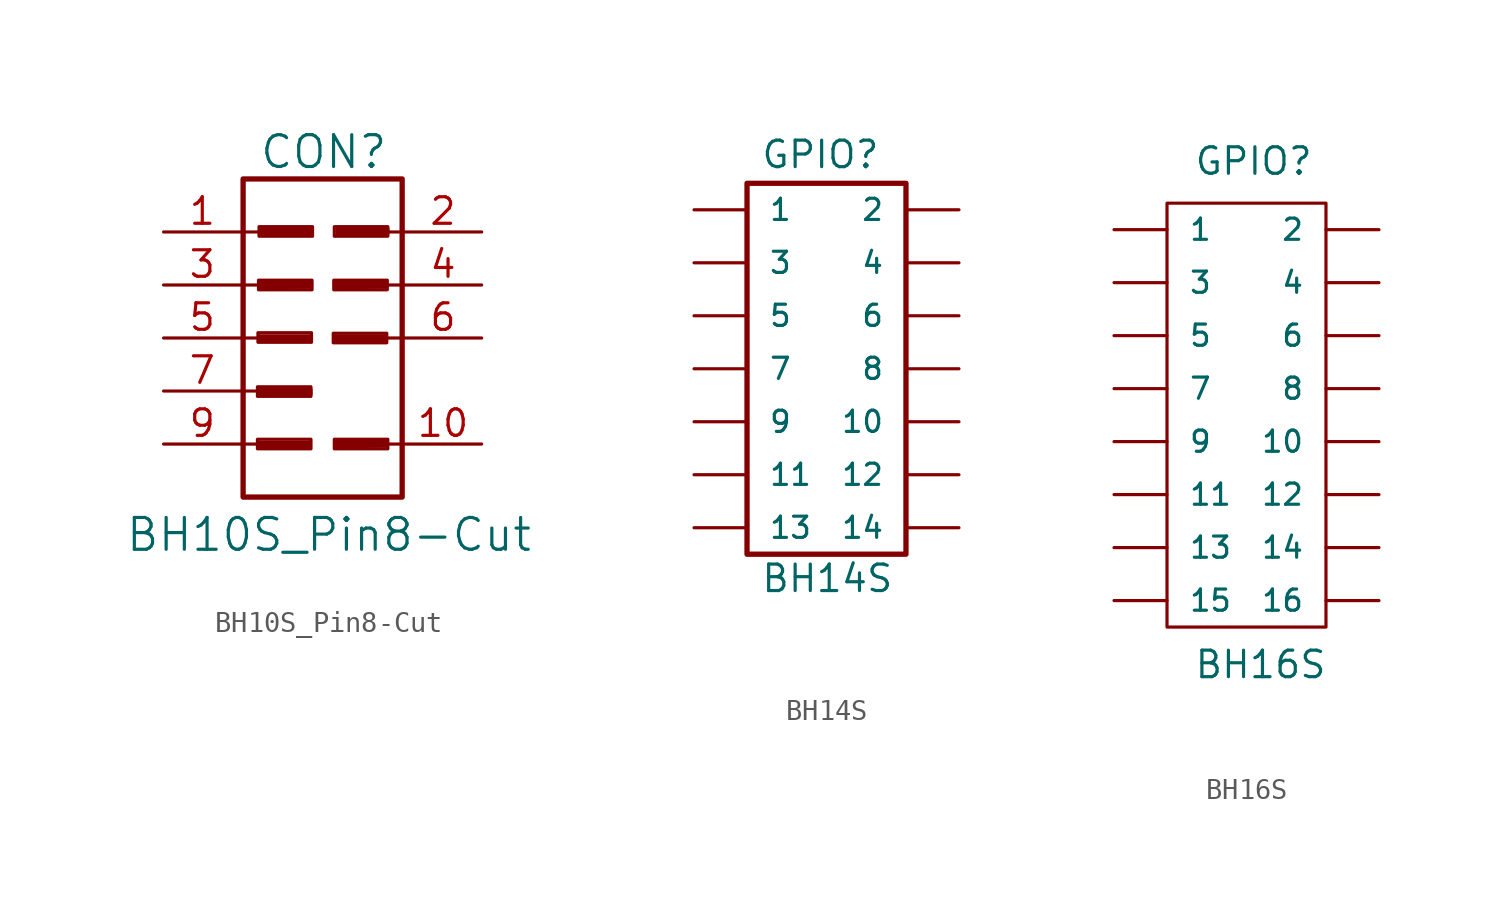
<source format=kicad_sym>
(kicad_symbol_lib
  (version 20220914)
  (generator kicad_symbol_editor)
  (symbol "BH10S_Pin8-Cut"
    (pin_names
      (offset 1.016) hide)
    (property "Reference" "CON"
      (at 0.051 8.915 0)
      (effects (font (size 1.524 1.524))))
    (property "Value" "BH10S_Pin8-Cut"
      (at 0.305 -9.423 0)
      (effects (font (size 1.524 1.524))))
    (property "Datasheet" ""
      (at -0.203 -1.194 0)
      (effects (font (size 1.524 1.524))))
    (symbol "BH10S_Pin8-Cut_0_0"
      (rectangle (start -3.124 -4.851) (end -0.559 -5.309) (stroke (width 0) (type solid)) (fill (type none)))
      (rectangle (start -3.124 -2.337) (end -0.559 -2.794) (stroke (width 0) (type solid)) (fill (type none)))
      (rectangle (start -3.099 0.254) (end -0.533 -0.203) (stroke (width 0) (type solid)) (fill (type none)))
      (rectangle (start -3.073 2.769) (end -0.508 2.311) (stroke (width 0) (type solid)) (fill (type none)))
      (rectangle (start -3.048 5.334) (end -0.483 4.877) (stroke (width 0) (type solid)) (fill (type none)))
      (polyline (pts (xy -3.023 -5.004) (xy -0.584 -5.004) (xy -0.584 -5.232) (xy -2.997 -5.258) (xy -3.023 -5.08) (xy -0.711 -5.08) (xy -0.711 -5.156) (xy -2.997 -5.105)) (stroke (width 0) (type solid)) (fill (type none)))
      (polyline (pts (xy -3.023 0.102) (xy -0.584 0.102) (xy -0.584 -0.127) (xy -2.997 -0.152) (xy -3.023 0.025) (xy -0.711 0.025) (xy -0.711 -0.051) (xy -2.997 0)) (stroke (width 0) (type solid)) (fill (type none)))
      (polyline (pts (xy -2.997 -2.464) (xy -0.559 -2.464) (xy -0.559 -2.692) (xy -2.972 -2.718) (xy -2.997 -2.54) (xy -0.686 -2.54) (xy -0.686 -2.616) (xy -2.972 -2.565)) (stroke (width 0) (type solid)) (fill (type none)))
      (polyline (pts (xy -2.972 2.667) (xy -0.533 2.667) (xy -0.533 2.438) (xy -2.946 2.413) (xy -2.972 2.591) (xy -0.66 2.591) (xy -0.66 2.515) (xy -2.946 2.565)) (stroke (width 0) (type solid)) (fill (type none)))
      (polyline (pts (xy -2.946 5.232) (xy -0.508 5.232) (xy -0.508 5.004) (xy -2.921 4.978) (xy -2.946 5.156) (xy -0.635 5.156) (xy -0.635 5.08) (xy -2.921 5.131)) (stroke (width 0) (type solid)) (fill (type none)))
      (polyline (pts (xy 0.559 0.102) (xy 2.997 0.102) (xy 2.997 -0.127) (xy 0.584 -0.152) (xy 0.559 0.025) (xy 2.87 0.025) (xy 2.87 -0.051) (xy 0.584 0)) (stroke (width 0) (type solid)) (fill (type none)))
      (polyline (pts (xy 0.584 2.667) (xy 3.023 2.667) (xy 3.023 2.438) (xy 0.61 2.413) (xy 0.584 2.591) (xy 2.896 2.591) (xy 2.896 2.515) (xy 0.61 2.565)) (stroke (width 0) (type solid)) (fill (type none)))
      (polyline (pts (xy 0.635 -4.953) (xy 3.073 -4.953) (xy 3.073 -5.182) (xy 0.66 -5.207) (xy 0.635 -5.029) (xy 2.946 -5.029) (xy 2.946 -5.105) (xy 0.66 -5.055)) (stroke (width 0) (type solid)) (fill (type none)))
      (polyline (pts (xy 0.686 5.232) (xy 3.124 5.232) (xy 3.124 5.004) (xy 0.711 4.978) (xy 0.686 5.156) (xy 2.997 5.156) (xy 2.997 5.08) (xy 0.711 5.131)) (stroke (width 0) (type solid)) (fill (type none)))
      (rectangle (start 0.508 0.229) (end 3.073 -0.229) (stroke (width 0) (type solid)) (fill (type none)))
      (rectangle (start 0.533 2.769) (end 3.099 2.311) (stroke (width 0) (type solid)) (fill (type none)))
      (rectangle (start 0.559 -4.851) (end 3.124 -5.309) (stroke (width 0) (type solid)) (fill (type none)))
      (rectangle (start 0.559 5.334) (end 3.124 4.877) (stroke (width 0) (type solid)) (fill (type none))))
    (symbol "BH10S_Pin8-Cut_0_1"
      (rectangle (start -3.81 7.62) (end 3.81 -7.62) (stroke (width 0.254) (type solid)) (fill (type none)))
      (polyline (pts (xy -3.81 -5.08) (xy -3.048 -5.08)) (stroke (width 0) (type solid)) (fill (type none)))
      (polyline (pts (xy -3.81 -2.54) (xy -3.048 -2.54)) (stroke (width 0) (type solid)) (fill (type none)))
      (polyline (pts (xy -3.81 0) (xy -3.048 0)) (stroke (width 0) (type solid)) (fill (type none)))
      (polyline (pts (xy -3.81 2.54) (xy -3.048 2.54)) (stroke (width 0) (type solid)) (fill (type none)))
      (polyline (pts (xy -3.81 5.08) (xy -3.048 5.08)) (stroke (width 0) (type solid)) (fill (type none)))
      (polyline (pts (xy 3.81 -5.08) (xy 3.048 -5.08)) (stroke (width 0) (type solid)) (fill (type none)))
      (polyline (pts (xy 3.81 0) (xy 3.048 0)) (stroke (width 0) (type solid)) (fill (type none)))
      (polyline (pts (xy 3.81 2.54) (xy 3.048 2.54)) (stroke (width 0) (type solid)) (fill (type none)))
      (polyline (pts (xy 3.81 5.08) (xy 3.048 5.08)) (stroke (width 0) (type solid)) (fill (type none))))
    (symbol "BH10S_Pin8-Cut_1_1"
      (pin passive line (at -7.62 5.08 0) (length 3.708) (name "1" (effects (font (size 1.27 1.27)))) (number "1" (effects (font (size 1.27 1.27)))))
      (pin passive line (at 7.62 -5.08 180) (length 3.708) (name "10" (effects (font (size 1.27 1.27)))) (number "10" (effects (font (size 1.27 1.27)))))
      (pin passive line (at 7.62 5.08 180) (length 3.708) (name "2" (effects (font (size 1.27 1.27)))) (number "2" (effects (font (size 1.27 1.27)))))
      (pin passive line (at -7.62 2.54 0) (length 3.708) (name "3" (effects (font (size 1.27 1.27)))) (number "3" (effects (font (size 1.27 1.27)))))
      (pin passive line (at 7.62 2.54 180) (length 3.708) (name "4" (effects (font (size 1.27 1.27)))) (number "4" (effects (font (size 1.27 1.27)))))
      (pin passive line (at -7.62 0 0) (length 3.708) (name "5" (effects (font (size 1.27 1.27)))) (number "5" (effects (font (size 1.27 1.27)))))
      (pin passive line (at 7.62 0 180) (length 3.708) (name "6" (effects (font (size 1.27 1.27)))) (number "6" (effects (font (size 1.27 1.27)))))
      (pin passive line (at -7.62 -2.54 0) (length 3.708) (name "7" (effects (font (size 1.27 1.27)))) (number "7" (effects (font (size 1.27 1.27)))))
      (pin passive line (at -7.62 -5.08 0) (length 3.708) (name "9" (effects (font (size 1.27 1.27)))) (number "9" (effects (font (size 1.27 1.27)))))))
  (symbol "BH14S"
    (pin_numbers hide)
    (pin_names
      (offset 1.016))
    (property "Reference" "GPIO"
      (at -4.445 9.525 0)
      (effects (font (size 1.27 1.27)) (justify left bottom)))
    (property "Value" "BH14S"
      (at -4.445 -10.795 0)
      (effects (font (size 1.27 1.27)) (justify left bottom)))
    (property "Datasheet" ""
      (at 0 -12.7 0)
      (effects (font (size 1.524 1.524))))
    (property "ki_locked" ""
      (at 0 0 0)
      (effects (font (size 1.27 1.27))))
    (symbol "BH14S_1_0"
      (rectangle (start 2.54 -8.89) (end -5.08 8.89) (stroke (width 0.254) (type solid)) (fill (type none))))
    (symbol "BH14S_1_1"
      (pin passive line (at -7.62 7.62 0) (length 2.54) (name "1" (effects (font (size 1.016 1.016)))) (number "1" (effects (font (size 1.016 1.016)))))
      (pin passive line (at 5.08 -2.54 180) (length 2.54) (name "10" (effects (font (size 1.016 1.016)))) (number "10" (effects (font (size 1.016 1.016)))))
      (pin passive line (at -7.62 -5.08 0) (length 2.54) (name "11" (effects (font (size 1.016 1.016)))) (number "11" (effects (font (size 1.016 1.016)))))
      (pin passive line (at 5.08 -5.08 180) (length 2.54) (name "12" (effects (font (size 1.016 1.016)))) (number "12" (effects (font (size 1.016 1.016)))))
      (pin passive line (at -7.62 -7.62 0) (length 2.54) (name "13" (effects (font (size 1.016 1.016)))) (number "13" (effects (font (size 1.016 1.016)))))
      (pin passive line (at 5.08 -7.62 180) (length 2.54) (name "14" (effects (font (size 1.016 1.016)))) (number "14" (effects (font (size 1.016 1.016)))))
      (pin passive line (at 5.08 7.62 180) (length 2.54) (name "2" (effects (font (size 1.016 1.016)))) (number "2" (effects (font (size 1.016 1.016)))))
      (pin passive line (at -7.62 5.08 0) (length 2.54) (name "3" (effects (font (size 1.016 1.016)))) (number "3" (effects (font (size 1.016 1.016)))))
      (pin passive line (at 5.08 5.08 180) (length 2.54) (name "4" (effects (font (size 1.016 1.016)))) (number "4" (effects (font (size 1.016 1.016)))))
      (pin passive line (at -7.62 2.54 0) (length 2.54) (name "5" (effects (font (size 1.016 1.016)))) (number "5" (effects (font (size 1.016 1.016)))))
      (pin passive line (at 5.08 2.54 180) (length 2.54) (name "6" (effects (font (size 1.016 1.016)))) (number "6" (effects (font (size 1.016 1.016)))))
      (pin passive line (at -7.62 0 0) (length 2.54) (name "7" (effects (font (size 1.016 1.016)))) (number "7" (effects (font (size 1.016 1.016)))))
      (pin passive line (at 5.08 0 180) (length 2.54) (name "8" (effects (font (size 1.016 1.016)))) (number "8" (effects (font (size 1.016 1.016)))))
      (pin passive line (at -7.62 -2.54 0) (length 2.54) (name "9" (effects (font (size 1.016 1.016)))) (number "9" (effects (font (size 1.016 1.016)))))))
  (symbol "BH16S"
    (pin_numbers hide)
    (pin_names
      (offset 1.016))
    (property "Reference" "GPIO"
      (at -3.81 11.43 0)
      (effects (font (size 1.27 1.27)) (justify left bottom)))
    (property "Value" "BH16S"
      (at -3.81 -12.7 0)
      (effects (font (size 1.27 1.27)) (justify left bottom)))
    (property "Datasheet" ""
      (at 1.27 -13.97 0)
      (effects (font (size 1.524 1.524))))
    (property "ki_locked" ""
      (at 0 0 0)
      (effects (font (size 1.27 1.27))))
    (symbol "BH16S_1_1"
      (rectangle (start -5.08 10.16) (end 2.54 -10.16) (stroke (width 0) (type solid)) (fill (type none)))
      (pin passive line (at -7.62 8.89 0) (length 2.54) (name "1" (effects (font (size 1.016 1.016)))) (number "1" (effects (font (size 1.016 1.016)))))
      (pin passive line (at 5.08 -1.27 180) (length 2.54) (name "10" (effects (font (size 1.016 1.016)))) (number "10" (effects (font (size 1.016 1.016)))))
      (pin passive line (at -7.62 -3.81 0) (length 2.54) (name "11" (effects (font (size 1.016 1.016)))) (number "11" (effects (font (size 1.016 1.016)))))
      (pin passive line (at 5.08 -3.81 180) (length 2.54) (name "12" (effects (font (size 1.016 1.016)))) (number "12" (effects (font (size 1.016 1.016)))))
      (pin passive line (at -7.62 -6.35 0) (length 2.54) (name "13" (effects (font (size 1.016 1.016)))) (number "13" (effects (font (size 1.016 1.016)))))
      (pin passive line (at 5.08 -6.35 180) (length 2.54) (name "14" (effects (font (size 1.016 1.016)))) (number "14" (effects (font (size 1.016 1.016)))))
      (pin passive line (at -7.62 -8.89 0) (length 2.54) (name "15" (effects (font (size 1.016 1.016)))) (number "15" (effects (font (size 1.016 1.016)))))
      (pin passive line (at 5.08 -8.89 180) (length 2.54) (name "16" (effects (font (size 1.016 1.016)))) (number "16" (effects (font (size 1.016 1.016)))))
      (pin passive line (at 5.08 8.89 180) (length 2.54) (name "2" (effects (font (size 1.016 1.016)))) (number "2" (effects (font (size 1.016 1.016)))))
      (pin passive line (at -7.62 6.35 0) (length 2.54) (name "3" (effects (font (size 1.016 1.016)))) (number "3" (effects (font (size 1.016 1.016)))))
      (pin passive line (at 5.08 6.35 180) (length 2.54) (name "4" (effects (font (size 1.016 1.016)))) (number "4" (effects (font (size 1.016 1.016)))))
      (pin passive line (at -7.62 3.81 0) (length 2.54) (name "5" (effects (font (size 1.016 1.016)))) (number "5" (effects (font (size 1.016 1.016)))))
      (pin passive line (at 5.08 3.81 180) (length 2.54) (name "6" (effects (font (size 1.016 1.016)))) (number "6" (effects (font (size 1.016 1.016)))))
      (pin passive line (at -7.62 1.27 0) (length 2.54) (name "7" (effects (font (size 1.016 1.016)))) (number "7" (effects (font (size 1.016 1.016)))))
      (pin passive line (at 5.08 1.27 180) (length 2.54) (name "8" (effects (font (size 1.016 1.016)))) (number "8" (effects (font (size 1.016 1.016)))))
      (pin passive line (at -7.62 -1.27 0) (length 2.54) (name "9" (effects (font (size 1.016 1.016)))) (number "9" (effects (font (size 1.016 1.016))))))))
</source>
